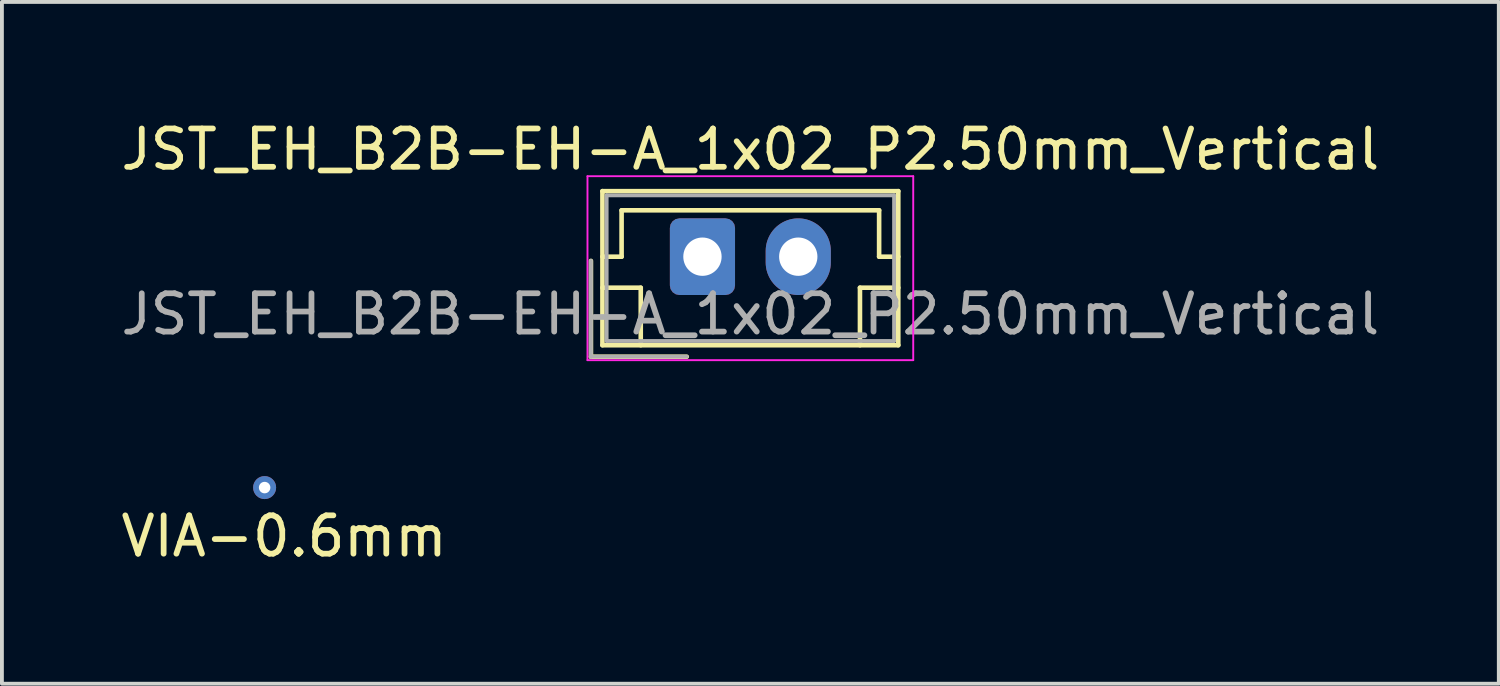
<source format=kicad_pcb>
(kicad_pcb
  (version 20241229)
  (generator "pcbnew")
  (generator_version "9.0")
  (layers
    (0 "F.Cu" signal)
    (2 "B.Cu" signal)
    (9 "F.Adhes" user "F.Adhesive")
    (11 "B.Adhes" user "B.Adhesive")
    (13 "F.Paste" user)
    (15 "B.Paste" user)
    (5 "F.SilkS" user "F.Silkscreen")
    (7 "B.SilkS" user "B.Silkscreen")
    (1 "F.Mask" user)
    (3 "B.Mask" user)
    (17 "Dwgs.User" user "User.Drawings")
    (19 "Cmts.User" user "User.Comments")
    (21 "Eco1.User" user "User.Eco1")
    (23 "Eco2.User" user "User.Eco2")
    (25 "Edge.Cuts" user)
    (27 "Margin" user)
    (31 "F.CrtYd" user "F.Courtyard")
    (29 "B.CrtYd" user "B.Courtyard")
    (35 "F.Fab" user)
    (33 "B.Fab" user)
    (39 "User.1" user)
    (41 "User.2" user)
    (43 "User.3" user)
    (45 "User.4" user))
  (footprint "VIA-0.6mm"
    (layer "F.Cu")
    (at 3.855 9.673)
    (property "Reference" "VIA-0.6mm" (at 0.508 1.27 0) (layer "F.SilkS") (effects (font (size 1 1) (thickness 0.15))))
    (attr through_hole)
    (pad "1" thru_hole circle (at 0 0) (size 0.6 0.6) (drill 0.3) (layers "*.Cu")))
  (footprint "JST_EH_B2B-EH-A_1x02_P2.50mm_Vertical"
    (layer "F.Cu")
    (at 15.28 3.648)
    (property "Reference" "JST_EH_B2B-EH-A_1x02_P2.50mm_Vertical" (at 1.25 -2.8 0) (layer "F.SilkS") (effects (font (size 1 1) (thickness 0.15))))
    (attr through_hole)
    (fp_line (start -2.91 0.11) (end -2.91 2.61) (stroke (width 0.12) (type solid)) (layer "F.SilkS"))
    (fp_line (start -2.91 2.61) (end -0.41 2.61) (stroke (width 0.12) (type solid)) (layer "F.SilkS"))
    (fp_line (start -2.61 -1.71) (end -2.61 2.31) (stroke (width 0.12) (type solid)) (layer "F.SilkS"))
    (fp_line (start -2.61 0) (end -2.11 0) (stroke (width 0.12) (type solid)) (layer "F.SilkS"))
    (fp_line (start -2.61 0.81) (end -1.61 0.81) (stroke (width 0.12) (type solid)) (layer "F.SilkS"))
    (fp_line (start -2.61 2.31) (end 5.11 2.31) (stroke (width 0.12) (type solid)) (layer "F.SilkS"))
    (fp_line (start -2.11 -1.21) (end 4.61 -1.21) (stroke (width 0.12) (type solid)) (layer "F.SilkS"))
    (fp_line (start -2.11 0) (end -2.11 -1.21) (stroke (width 0.12) (type solid)) (layer "F.SilkS"))
    (fp_line (start -1.61 0.81) (end -1.61 2.31) (stroke (width 0.12) (type solid)) (layer "F.SilkS"))
    (fp_line (start 4.11 0.81) (end 4.11 2.31) (stroke (width 0.12) (type solid)) (layer "F.SilkS"))
    (fp_line (start 4.61 -1.21) (end 4.61 0) (stroke (width 0.12) (type solid)) (layer "F.SilkS"))
    (fp_line (start 4.61 0) (end 5.11 0) (stroke (width 0.12) (type solid)) (layer "F.SilkS"))
    (fp_line (start 5.11 -1.71) (end -2.61 -1.71) (stroke (width 0.12) (type solid)) (layer "F.SilkS"))
    (fp_line (start 5.11 0.81) (end 4.11 0.81) (stroke (width 0.12) (type solid)) (layer "F.SilkS"))
    (fp_line (start 5.11 2.31) (end 5.11 -1.71) (stroke (width 0.12) (type solid)) (layer "F.SilkS"))
    (fp_line (start -3 -2.1) (end -3 2.7) (stroke (width 0.05) (type solid)) (layer "F.CrtYd"))
    (fp_line (start -3 2.7) (end 5.5 2.7) (stroke (width 0.05) (type solid)) (layer "F.CrtYd"))
    (fp_line (start 5.5 -2.1) (end -3 -2.1) (stroke (width 0.05) (type solid)) (layer "F.CrtYd"))
    (fp_line (start 5.5 2.7) (end 5.5 -2.1) (stroke (width 0.05) (type solid)) (layer "F.CrtYd"))
    (fp_line (start -2.91 0.11) (end -2.91 2.61) (stroke (width 0.1) (type solid)) (layer "F.Fab"))
    (fp_line (start -2.91 2.61) (end -0.41 2.61) (stroke (width 0.1) (type solid)) (layer "F.Fab"))
    (fp_line (start -2.5 -1.6) (end -2.5 2.2) (stroke (width 0.1) (type solid)) (layer "F.Fab"))
    (fp_line (start -2.5 2.2) (end 5 2.2) (stroke (width 0.1) (type solid)) (layer "F.Fab"))
    (fp_line (start 5 -1.6) (end -2.5 -1.6) (stroke (width 0.1) (type solid)) (layer "F.Fab"))
    (fp_line (start 5 2.2) (end 5 -1.6) (stroke (width 0.1) (type solid)) (layer "F.Fab"))
    (fp_text user "${REFERENCE}" (at 1.25 1.5 0) (layer "F.Fab") (effects (font (size 1 1) (thickness 0.15))))
    (pad "1" thru_hole roundrect (at 0 0) (size 1.7 2) (drill 1) (layers "*.Cu" "*.Mask") (roundrect_rratio 0.147))
    (pad "2" thru_hole oval (at 2.5 0) (size 1.7 2) (drill 1) (layers "*.Cu" "*.Mask")))
  (gr_rect
    (start -3 -3)
    (end 36.06 14.791)
    (stroke (width 0.1) (type default))
    (fill no)
    (layer "Edge.Cuts")))
</source>
